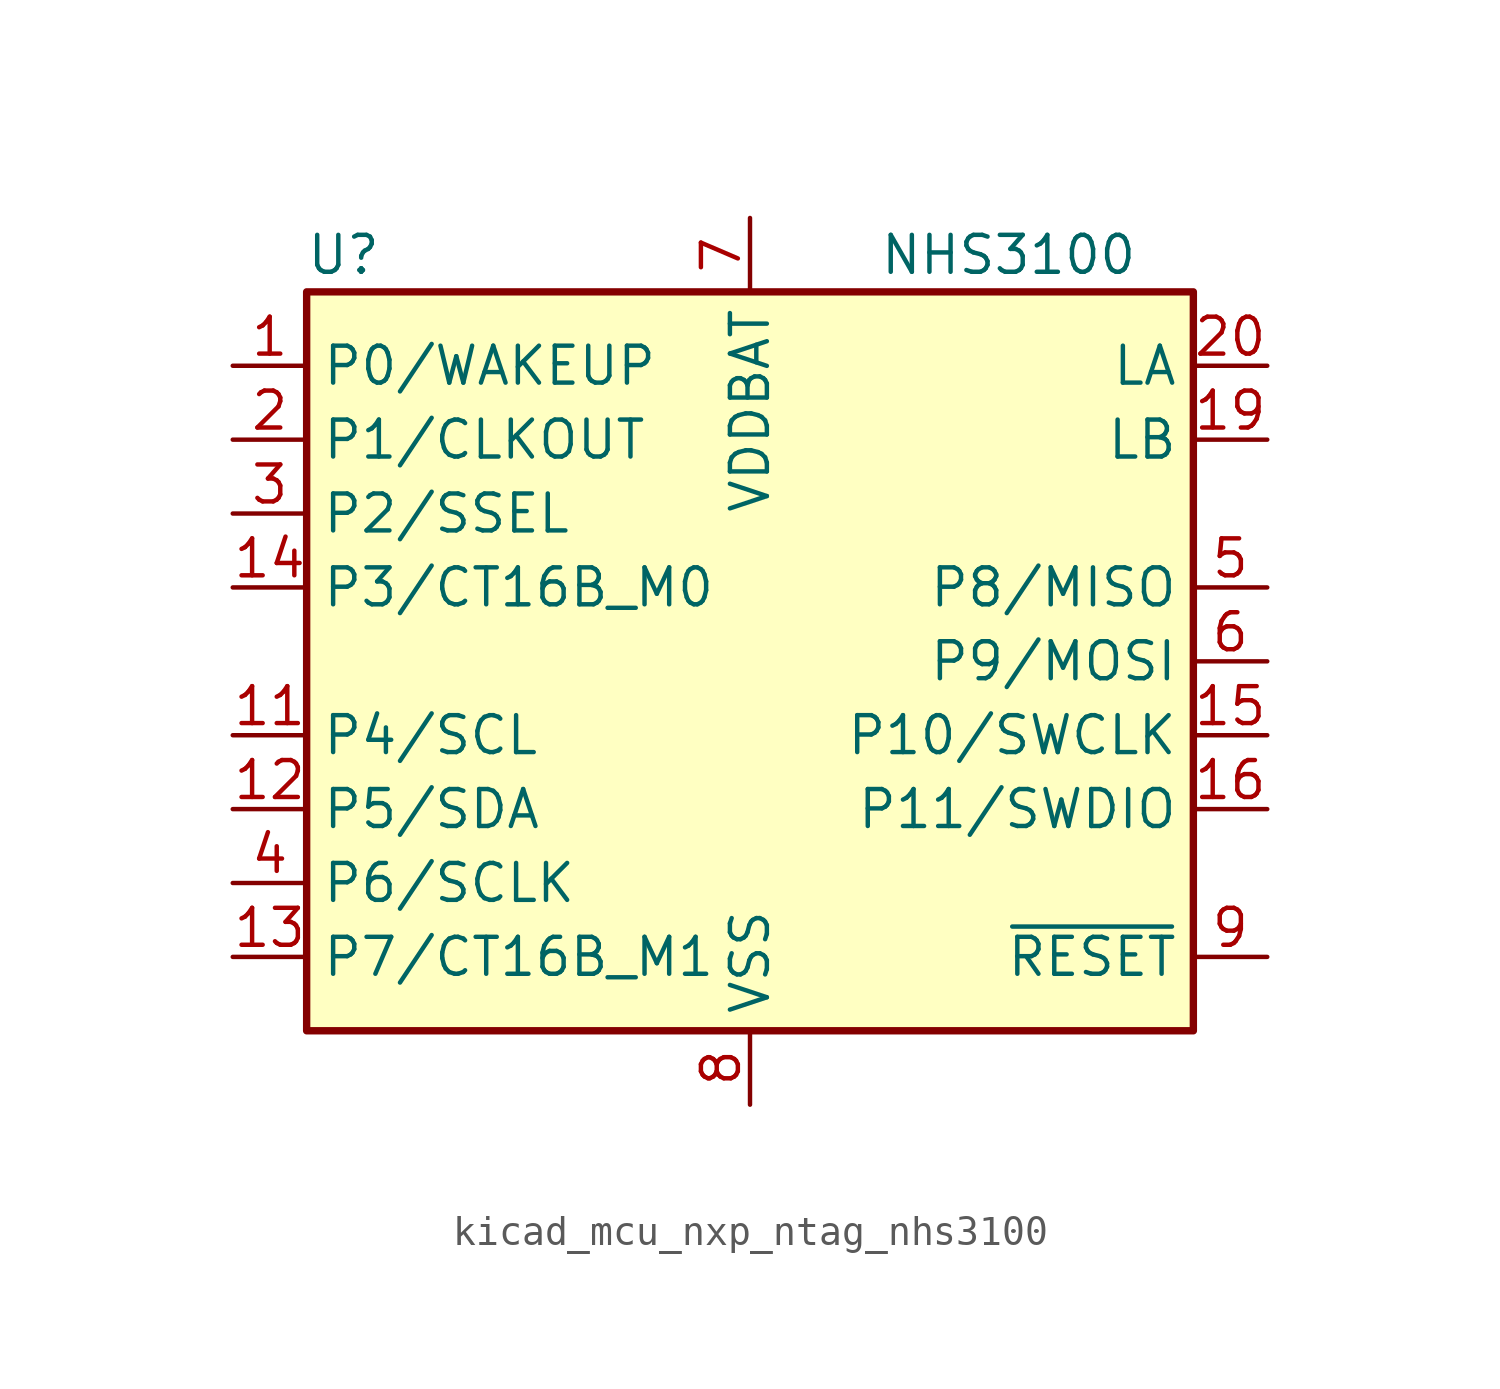
<source format=kicad_sym>
(kicad_symbol_lib
  (version 20220914)
  (generator kicad_symbol_editor)
  (symbol "kicad_mcu_nxp_ntag_nhs3100"
    (property "Reference" "U"
      (at -13.97 13.97 0)
      (effects (font (size 1.27 1.27))))
    (property "Value" "NHS3100"
      (at 8.89 13.97 0)
      (effects (font (size 1.27 1.27))))
    (symbol "kicad_mcu_nxp_ntag_nhs3100_0_1"
      (rectangle (start 15.24 -12.7) (end -15.24 12.7) (stroke (width 0.254) (type default)) (fill (type background))))
    (symbol "kicad_mcu_nxp_ntag_nhs3100_1_1"
      (pin bidirectional line (at -17.78 10.16 0) (length 2.54) (name "P0/WAKEUP" (effects (font (size 1.27 1.27)))) (number "1" (effects (font (size 1.27 1.27)))))
      (pin no_connect line (at -15.24 0 0) (length 2.54) hide (name "reserved" (effects (font (size 1.27 1.27)))) (number "10" (effects (font (size 1.27 1.27)))))
      (pin bidirectional line (at -17.78 -2.54 0) (length 2.54) (name "P4/SCL" (effects (font (size 1.27 1.27)))) (number "11" (effects (font (size 1.27 1.27)))))
      (pin bidirectional line (at -17.78 -5.08 0) (length 2.54) (name "P5/SDA" (effects (font (size 1.27 1.27)))) (number "12" (effects (font (size 1.27 1.27)))))
      (pin bidirectional line (at -17.78 -10.16 0) (length 2.54) (name "P7/CT16B_M1" (effects (font (size 1.27 1.27)))) (number "13" (effects (font (size 1.27 1.27)))))
      (pin bidirectional line (at -17.78 2.54 0) (length 2.54) (name "P3/CT16B_M0" (effects (font (size 1.27 1.27)))) (number "14" (effects (font (size 1.27 1.27)))))
      (pin bidirectional line (at 17.78 -2.54 180) (length 2.54) (name "P10/SWCLK" (effects (font (size 1.27 1.27)))) (number "15" (effects (font (size 1.27 1.27)))))
      (pin bidirectional line (at 17.78 -5.08 180) (length 2.54) (name "P11/SWDIO" (effects (font (size 1.27 1.27)))) (number "16" (effects (font (size 1.27 1.27)))))
      (pin passive line (at 0 -15.24 90) (length 2.54) hide (name "VSS" (effects (font (size 1.27 1.27)))) (number "17" (effects (font (size 1.27 1.27)))))
      (pin passive line (at 0 -15.24 90) (length 2.54) hide (name "VSS" (effects (font (size 1.27 1.27)))) (number "18" (effects (font (size 1.27 1.27)))))
      (pin passive line (at 17.78 7.62 180) (length 2.54) (name "LB" (effects (font (size 1.27 1.27)))) (number "19" (effects (font (size 1.27 1.27)))))
      (pin bidirectional line (at -17.78 7.62 0) (length 2.54) (name "P1/CLKOUT" (effects (font (size 1.27 1.27)))) (number "2" (effects (font (size 1.27 1.27)))))
      (pin passive line (at 17.78 10.16 180) (length 2.54) (name "LA" (effects (font (size 1.27 1.27)))) (number "20" (effects (font (size 1.27 1.27)))))
      (pin passive line (at 0 -15.24 90) (length 2.54) hide (name "VSS" (effects (font (size 1.27 1.27)))) (number "21" (effects (font (size 1.27 1.27)))))
      (pin passive line (at 0 -15.24 90) (length 2.54) hide (name "VSS" (effects (font (size 1.27 1.27)))) (number "22" (effects (font (size 1.27 1.27)))))
      (pin passive line (at 0 -15.24 90) (length 2.54) hide (name "VSS" (effects (font (size 1.27 1.27)))) (number "23" (effects (font (size 1.27 1.27)))))
      (pin passive line (at 0 -15.24 90) (length 2.54) hide (name "VSS" (effects (font (size 1.27 1.27)))) (number "24" (effects (font (size 1.27 1.27)))))
      (pin passive line (at 0 -15.24 90) (length 2.54) hide (name "VSS" (effects (font (size 1.27 1.27)))) (number "25" (effects (font (size 1.27 1.27)))))
      (pin bidirectional line (at -17.78 5.08 0) (length 2.54) (name "P2/SSEL" (effects (font (size 1.27 1.27)))) (number "3" (effects (font (size 1.27 1.27)))))
      (pin bidirectional line (at -17.78 -7.62 0) (length 2.54) (name "P6/SCLK" (effects (font (size 1.27 1.27)))) (number "4" (effects (font (size 1.27 1.27)))))
      (pin bidirectional line (at 17.78 2.54 180) (length 2.54) (name "P8/MISO" (effects (font (size 1.27 1.27)))) (number "5" (effects (font (size 1.27 1.27)))))
      (pin bidirectional line (at 17.78 0 180) (length 2.54) (name "P9/MOSI" (effects (font (size 1.27 1.27)))) (number "6" (effects (font (size 1.27 1.27)))))
      (pin power_in line (at 0 15.24 270) (length 2.54) (name "VDDBAT" (effects (font (size 1.27 1.27)))) (number "7" (effects (font (size 1.27 1.27)))))
      (pin power_in line (at 0 -15.24 90) (length 2.54) (name "VSS" (effects (font (size 1.27 1.27)))) (number "8" (effects (font (size 1.27 1.27)))))
      (pin input line (at 17.78 -10.16 180) (length 2.54) (name "~{RESET}" (effects (font (size 1.27 1.27)))) (number "9" (effects (font (size 1.27 1.27))))))))
</source>
